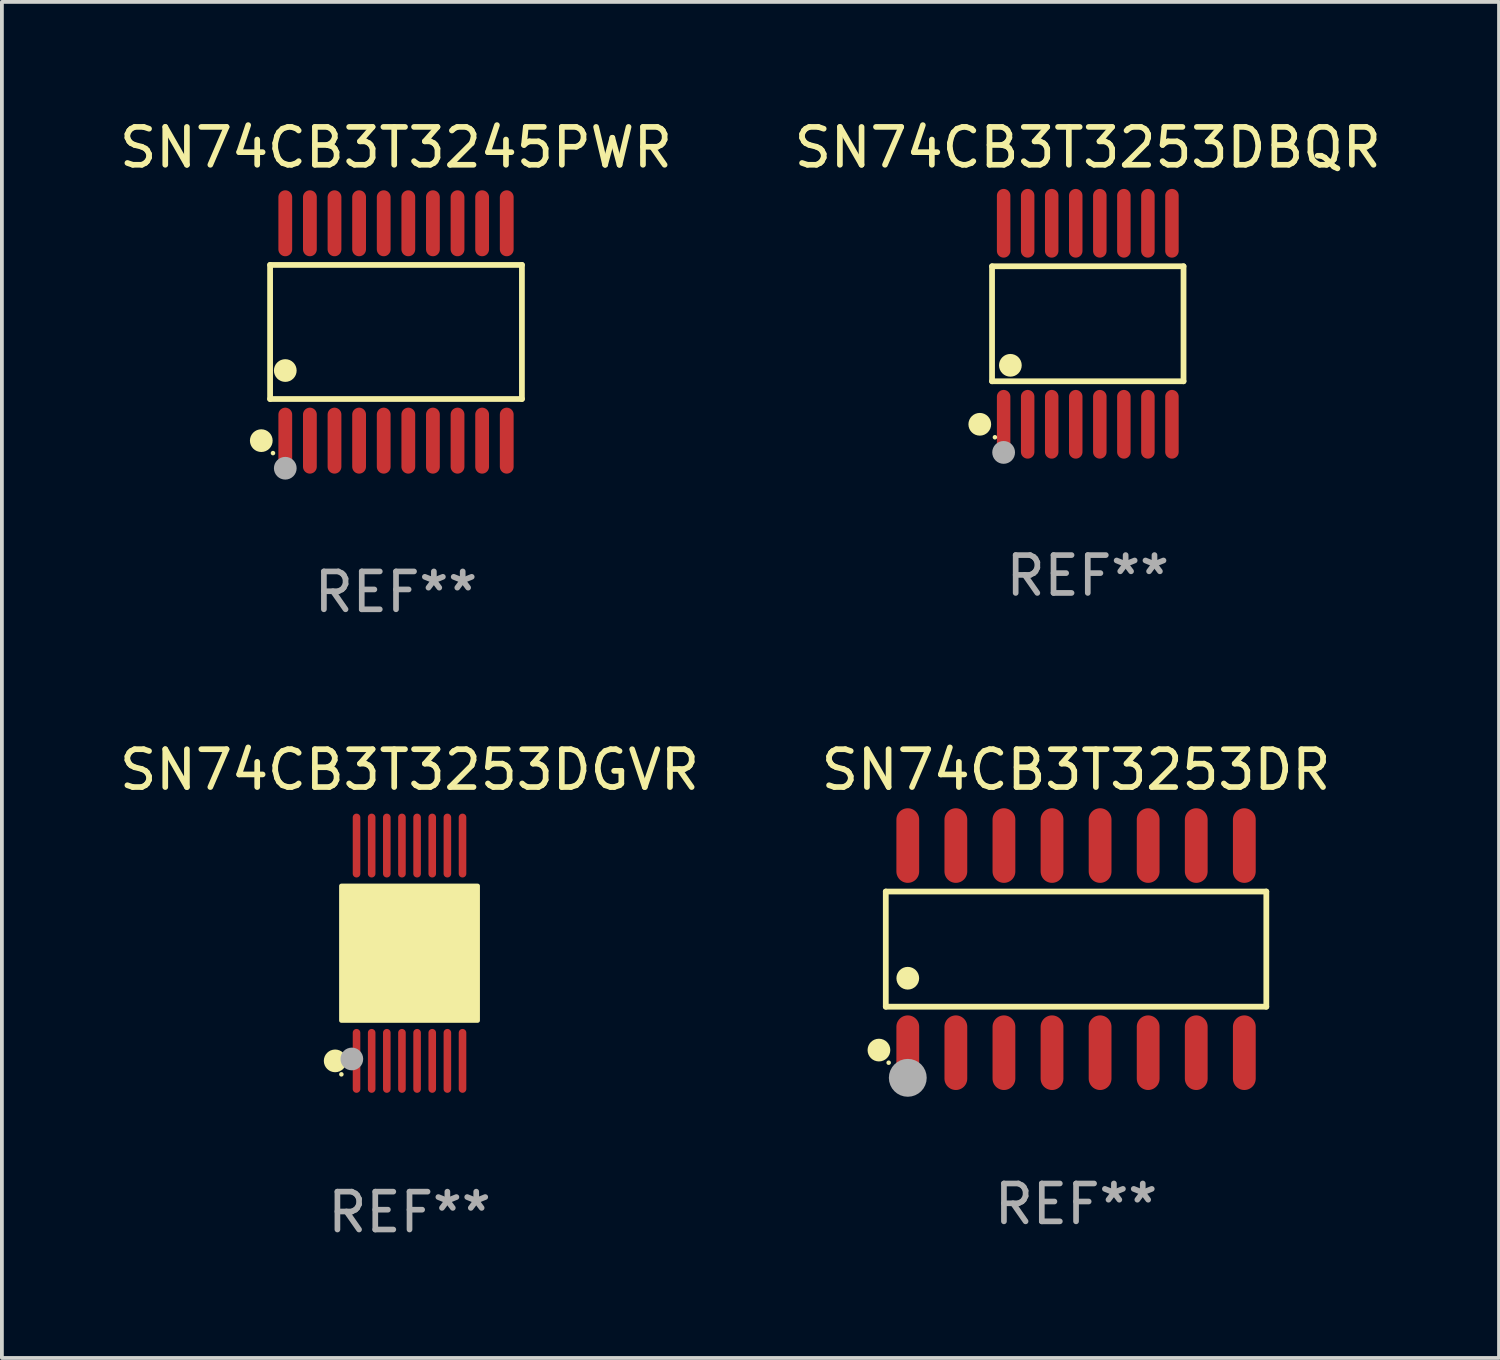
<source format=kicad_pcb>
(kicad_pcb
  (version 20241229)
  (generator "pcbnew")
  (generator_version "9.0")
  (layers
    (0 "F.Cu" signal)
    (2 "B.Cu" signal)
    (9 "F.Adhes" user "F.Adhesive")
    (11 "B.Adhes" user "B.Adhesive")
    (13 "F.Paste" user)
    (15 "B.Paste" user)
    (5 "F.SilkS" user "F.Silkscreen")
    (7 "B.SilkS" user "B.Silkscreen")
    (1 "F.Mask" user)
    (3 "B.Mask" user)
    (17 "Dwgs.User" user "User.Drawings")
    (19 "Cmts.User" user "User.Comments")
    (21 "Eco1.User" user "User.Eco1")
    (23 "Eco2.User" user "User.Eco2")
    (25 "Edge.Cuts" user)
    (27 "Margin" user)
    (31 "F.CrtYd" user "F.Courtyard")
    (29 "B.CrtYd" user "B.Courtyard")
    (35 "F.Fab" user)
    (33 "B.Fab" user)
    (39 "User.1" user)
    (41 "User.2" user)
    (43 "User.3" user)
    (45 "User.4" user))
  (footprint "SN74CB3T3253DR"
    (layer "F.Cu")
    (at 25.375 22.022)
    (property "Reference" "SN74CB3T3253DR" (at 0 -4.736 0) (layer "F.SilkS") (effects (font (size 1 1) (thickness 0.15))))
    (attr through_hole)
    (fp_line (start -5.026 -1.521) (end 5.026 -1.521) (stroke (width 0.152) (type solid)) (layer "F.SilkS"))
    (fp_line (start -5.026 1.521) (end -5.026 -1.521) (stroke (width 0.152) (type solid)) (layer "F.SilkS"))
    (fp_line (start 5.026 -1.521) (end 5.026 1.521) (stroke (width 0.152) (type solid)) (layer "F.SilkS"))
    (fp_line (start 5.026 1.521) (end -5.026 1.521) (stroke (width 0.152) (type solid)) (layer "F.SilkS"))
    (fp_circle (center -5.207 2.667) (end -5.057 2.667) (stroke (width 0.3) (type solid)) (fill no) (layer "F.SilkS"))
    (fp_circle (center -4.95 3) (end -4.92 3) (stroke (width 0.06) (type solid)) (fill no) (layer "F.SilkS"))
    (fp_circle (center -4.445 0.769) (end -4.295 0.769) (stroke (width 0.3) (type solid)) (fill no) (layer "F.SilkS"))
    (fp_circle (center -4.445 3.4) (end -4.195 3.4) (stroke (width 0.5) (type solid)) (fill no) (layer "F.Fab"))
    (fp_text user "REF**" (at 0 6.736 0) (layer "F.Fab") (effects (font (size 1 1) (thickness 0.15))))
    (pad "1" smd oval (at -4.445 2.736) (size 0.602 1.971) (layers "F.Cu" "F.Mask" "F.Paste"))
    (pad "2" smd oval (at -3.175 2.736) (size 0.602 1.971) (layers "F.Cu" "F.Mask" "F.Paste"))
    (pad "3" smd oval (at -1.905 2.736) (size 0.602 1.971) (layers "F.Cu" "F.Mask" "F.Paste"))
    (pad "4" smd oval (at -0.635 2.736) (size 0.602 1.971) (layers "F.Cu" "F.Mask" "F.Paste"))
    (pad "5" smd oval (at 0.635 2.736) (size 0.602 1.971) (layers "F.Cu" "F.Mask" "F.Paste"))
    (pad "6" smd oval (at 1.905 2.736) (size 0.602 1.971) (layers "F.Cu" "F.Mask" "F.Paste"))
    (pad "7" smd oval (at 3.175 2.736) (size 0.602 1.971) (layers "F.Cu" "F.Mask" "F.Paste"))
    (pad "8" smd oval (at 4.445 2.736) (size 0.602 1.971) (layers "F.Cu" "F.Mask" "F.Paste"))
    (pad "9" smd oval (at 4.445 -2.736) (size 0.602 1.971) (layers "F.Cu" "F.Mask" "F.Paste"))
    (pad "10" smd oval (at 3.175 -2.736) (size 0.602 1.971) (layers "F.Cu" "F.Mask" "F.Paste"))
    (pad "11" smd oval (at 1.905 -2.736) (size 0.602 1.971) (layers "F.Cu" "F.Mask" "F.Paste"))
    (pad "12" smd oval (at 0.635 -2.736) (size 0.602 1.971) (layers "F.Cu" "F.Mask" "F.Paste"))
    (pad "13" smd oval (at -0.635 -2.736) (size 0.602 1.971) (layers "F.Cu" "F.Mask" "F.Paste"))
    (pad "14" smd oval (at -1.905 -2.736) (size 0.602 1.971) (layers "F.Cu" "F.Mask" "F.Paste"))
    (pad "15" smd oval (at -3.175 -2.736) (size 0.602 1.971) (layers "F.Cu" "F.Mask" "F.Paste"))
    (pad "16" smd oval (at -4.445 -2.736) (size 0.602 1.971) (layers "F.Cu" "F.Mask" "F.Paste")))
  (footprint "SN74CB3T3253DBQR"
    (layer "F.Cu")
    (at 25.685 5.503)
    (property "Reference" "SN74CB3T3253DBQR" (at 0 -4.655 0) (layer "F.SilkS") (effects (font (size 1 1) (thickness 0.15))))
    (attr through_hole)
    (fp_line (start -2.529 -1.519) (end 2.529 -1.519) (stroke (width 0.152) (type solid)) (layer "F.SilkS"))
    (fp_line (start -2.529 1.519) (end -2.529 -1.519) (stroke (width 0.152) (type solid)) (layer "F.SilkS"))
    (fp_line (start 2.529 -1.519) (end 2.529 1.519) (stroke (width 0.152) (type solid)) (layer "F.SilkS"))
    (fp_line (start 2.529 1.519) (end -2.529 1.519) (stroke (width 0.152) (type solid)) (layer "F.SilkS"))
    (fp_circle (center -2.853 2.655) (end -2.703 2.655) (stroke (width 0.3) (type solid)) (fill no) (layer "F.SilkS"))
    (fp_circle (center -2.453 2.998) (end -2.423 2.998) (stroke (width 0.06) (type solid)) (fill no) (layer "F.SilkS"))
    (fp_circle (center -2.045 1.097) (end -1.895 1.097) (stroke (width 0.3) (type solid)) (fill no) (layer "F.SilkS"))
    (fp_circle (center -2.223 3.398) (end -2.072 3.398) (stroke (width 0.3) (type solid)) (fill no) (layer "F.Fab"))
    (fp_text user "REF**" (at 0 6.655 0) (layer "F.Fab") (effects (font (size 1 1) (thickness 0.15))))
    (pad "1" smd oval (at -2.223 2.655) (size 0.356 1.815) (layers "F.Cu" "F.Mask" "F.Paste"))
    (pad "2" smd oval (at -1.588 2.655) (size 0.356 1.815) (layers "F.Cu" "F.Mask" "F.Paste"))
    (pad "3" smd oval (at -0.953 2.655) (size 0.356 1.815) (layers "F.Cu" "F.Mask" "F.Paste"))
    (pad "4" smd oval (at -0.318 2.655) (size 0.356 1.815) (layers "F.Cu" "F.Mask" "F.Paste"))
    (pad "5" smd oval (at 0.318 2.655) (size 0.356 1.815) (layers "F.Cu" "F.Mask" "F.Paste"))
    (pad "6" smd oval (at 0.953 2.655) (size 0.356 1.815) (layers "F.Cu" "F.Mask" "F.Paste"))
    (pad "7" smd oval (at 1.588 2.655) (size 0.356 1.815) (layers "F.Cu" "F.Mask" "F.Paste"))
    (pad "8" smd oval (at 2.223 2.655) (size 0.356 1.815) (layers "F.Cu" "F.Mask" "F.Paste"))
    (pad "9" smd oval (at 2.223 -2.655) (size 0.356 1.815) (layers "F.Cu" "F.Mask" "F.Paste"))
    (pad "10" smd oval (at 1.588 -2.655) (size 0.356 1.815) (layers "F.Cu" "F.Mask" "F.Paste"))
    (pad "11" smd oval (at 0.953 -2.655) (size 0.356 1.815) (layers "F.Cu" "F.Mask" "F.Paste"))
    (pad "12" smd oval (at 0.318 -2.655) (size 0.356 1.815) (layers "F.Cu" "F.Mask" "F.Paste"))
    (pad "13" smd oval (at -0.318 -2.655) (size 0.356 1.815) (layers "F.Cu" "F.Mask" "F.Paste"))
    (pad "14" smd oval (at -0.953 -2.655) (size 0.356 1.815) (layers "F.Cu" "F.Mask" "F.Paste"))
    (pad "15" smd oval (at -1.588 -2.655) (size 0.356 1.815) (layers "F.Cu" "F.Mask" "F.Paste"))
    (pad "16" smd oval (at -2.223 -2.655) (size 0.356 1.815) (layers "F.Cu" "F.Mask" "F.Paste")))
  (footprint "SN74CB3T3253DGVR"
    (layer "F.Cu")
    (at 7.768 22.13)
    (property "Reference" "SN74CB3T3253DGVR" (at 0 -4.844 0) (layer "F.SilkS") (effects (font (size 1 1) (thickness 0.15))))
    (attr through_hole)
    (fp_circle (center -1.964 2.844) (end -1.814 2.844) (stroke (width 0.3) (type solid)) (fill no) (layer "F.SilkS"))
    (fp_circle (center -1.8 3.2) (end -1.77 3.2) (stroke (width 0.06) (type solid)) (fill no) (layer "F.SilkS"))
    (fp_circle (center -1.4 1.019) (end -1.25 1.019) (stroke (width 0.3) (type solid)) (fill no) (layer "F.SilkS"))
    (fp_poly (pts (xy -1.8 -1.778) (xy 1.8 -1.778) (xy 1.8 1.778) (xy -1.8 1.778)) (stroke (width 0.12) (type solid)) (fill yes) (layer "F.SilkS"))
    (fp_circle (center -1.524 2.794) (end -1.374 2.794) (stroke (width 0.3) (type solid)) (fill no) (layer "F.Fab"))
    (fp_text user "REF**" (at 0 6.844 0) (layer "F.Fab") (effects (font (size 1 1) (thickness 0.15))))
    (pad "1" smd oval (at -1.4 2.844) (size 0.2 1.687) (layers "F.Cu" "F.Mask" "F.Paste"))
    (pad "2" smd oval (at -1 2.844) (size 0.2 1.687) (layers "F.Cu" "F.Mask" "F.Paste"))
    (pad "3" smd oval (at -0.6 2.844) (size 0.2 1.687) (layers "F.Cu" "F.Mask" "F.Paste"))
    (pad "4" smd oval (at -0.2 2.844) (size 0.2 1.687) (layers "F.Cu" "F.Mask" "F.Paste"))
    (pad "5" smd oval (at 0.2 2.844) (size 0.2 1.687) (layers "F.Cu" "F.Mask" "F.Paste"))
    (pad "6" smd oval (at 0.6 2.844) (size 0.2 1.687) (layers "F.Cu" "F.Mask" "F.Paste"))
    (pad "7" smd oval (at 1 2.844) (size 0.2 1.687) (layers "F.Cu" "F.Mask" "F.Paste"))
    (pad "8" smd oval (at 1.4 2.844) (size 0.2 1.687) (layers "F.Cu" "F.Mask" "F.Paste"))
    (pad "9" smd oval (at 1.4 -2.844) (size 0.2 1.687) (layers "F.Cu" "F.Mask" "F.Paste"))
    (pad "10" smd oval (at 1 -2.844) (size 0.2 1.687) (layers "F.Cu" "F.Mask" "F.Paste"))
    (pad "11" smd oval (at 0.6 -2.844) (size 0.2 1.687) (layers "F.Cu" "F.Mask" "F.Paste"))
    (pad "12" smd oval (at 0.2 -2.844) (size 0.2 1.687) (layers "F.Cu" "F.Mask" "F.Paste"))
    (pad "13" smd oval (at -0.2 -2.844) (size 0.2 1.687) (layers "F.Cu" "F.Mask" "F.Paste"))
    (pad "14" smd oval (at -0.6 -2.844) (size 0.2 1.687) (layers "F.Cu" "F.Mask" "F.Paste"))
    (pad "15" smd oval (at -1 -2.844) (size 0.2 1.687) (layers "F.Cu" "F.Mask" "F.Paste"))
    (pad "16" smd oval (at -1.4 -2.844) (size 0.2 1.687) (layers "F.Cu" "F.Mask" "F.Paste")))
  (footprint "SN74CB3T3245PWR"
    (layer "F.Cu")
    (at 7.411 5.719)
    (property "Reference" "SN74CB3T3245PWR" (at 0 -4.871 0) (layer "F.SilkS") (effects (font (size 1 1) (thickness 0.15))))
    (attr through_hole)
    (fp_line (start -3.326 -1.771) (end 3.326 -1.771) (stroke (width 0.152) (type solid)) (layer "F.SilkS"))
    (fp_line (start -3.326 1.771) (end -3.326 -1.771) (stroke (width 0.152) (type solid)) (layer "F.SilkS"))
    (fp_line (start 3.326 -1.771) (end 3.326 1.771) (stroke (width 0.152) (type solid)) (layer "F.SilkS"))
    (fp_line (start 3.326 1.771) (end -3.326 1.771) (stroke (width 0.152) (type solid)) (layer "F.SilkS"))
    (fp_circle (center -3.559 2.871) (end -3.409 2.871) (stroke (width 0.3) (type solid)) (fill no) (layer "F.SilkS"))
    (fp_circle (center -3.25 3.2) (end -3.22 3.2) (stroke (width 0.06) (type solid)) (fill no) (layer "F.SilkS"))
    (fp_circle (center -2.925 1.019) (end -2.775 1.019) (stroke (width 0.3) (type solid)) (fill no) (layer "F.SilkS"))
    (fp_circle (center -2.925 3.6) (end -2.775 3.6) (stroke (width 0.3) (type solid)) (fill no) (layer "F.Fab"))
    (fp_text user "REF**" (at 0 6.871 0) (layer "F.Fab") (effects (font (size 1 1) (thickness 0.15))))
    (pad "1" smd oval (at -2.925 2.871) (size 0.364 1.742) (layers "F.Cu" "F.Mask" "F.Paste"))
    (pad "2" smd oval (at -2.275 2.871) (size 0.364 1.742) (layers "F.Cu" "F.Mask" "F.Paste"))
    (pad "3" smd oval (at -1.625 2.871) (size 0.364 1.742) (layers "F.Cu" "F.Mask" "F.Paste"))
    (pad "4" smd oval (at -0.975 2.871) (size 0.364 1.742) (layers "F.Cu" "F.Mask" "F.Paste"))
    (pad "5" smd oval (at -0.325 2.871) (size 0.364 1.742) (layers "F.Cu" "F.Mask" "F.Paste"))
    (pad "6" smd oval (at 0.325 2.871) (size 0.364 1.742) (layers "F.Cu" "F.Mask" "F.Paste"))
    (pad "7" smd oval (at 0.975 2.871) (size 0.364 1.742) (layers "F.Cu" "F.Mask" "F.Paste"))
    (pad "8" smd oval (at 1.625 2.871) (size 0.364 1.742) (layers "F.Cu" "F.Mask" "F.Paste"))
    (pad "9" smd oval (at 2.275 2.871) (size 0.364 1.742) (layers "F.Cu" "F.Mask" "F.Paste"))
    (pad "10" smd oval (at 2.925 2.871) (size 0.364 1.742) (layers "F.Cu" "F.Mask" "F.Paste"))
    (pad "11" smd oval (at 2.925 -2.871) (size 0.364 1.742) (layers "F.Cu" "F.Mask" "F.Paste"))
    (pad "12" smd oval (at 2.275 -2.871) (size 0.364 1.742) (layers "F.Cu" "F.Mask" "F.Paste"))
    (pad "13" smd oval (at 1.625 -2.871) (size 0.364 1.742) (layers "F.Cu" "F.Mask" "F.Paste"))
    (pad "14" smd oval (at 0.975 -2.871) (size 0.364 1.742) (layers "F.Cu" "F.Mask" "F.Paste"))
    (pad "15" smd oval (at 0.325 -2.871) (size 0.364 1.742) (layers "F.Cu" "F.Mask" "F.Paste"))
    (pad "16" smd oval (at -0.325 -2.871) (size 0.364 1.742) (layers "F.Cu" "F.Mask" "F.Paste"))
    (pad "17" smd oval (at -0.975 -2.871) (size 0.364 1.742) (layers "F.Cu" "F.Mask" "F.Paste"))
    (pad "18" smd oval (at -1.625 -2.871) (size 0.364 1.742) (layers "F.Cu" "F.Mask" "F.Paste"))
    (pad "19" smd oval (at -2.275 -2.871) (size 0.364 1.742) (layers "F.Cu" "F.Mask" "F.Paste"))
    (pad "20" smd oval (at -2.925 -2.871) (size 0.364 1.742) (layers "F.Cu" "F.Mask" "F.Paste")))
  (gr_rect
    (start -3 -3)
    (end 36.548 32.822)
    (stroke (width 0.1) (type default))
    (fill no)
    (layer "Edge.Cuts")))
</source>
